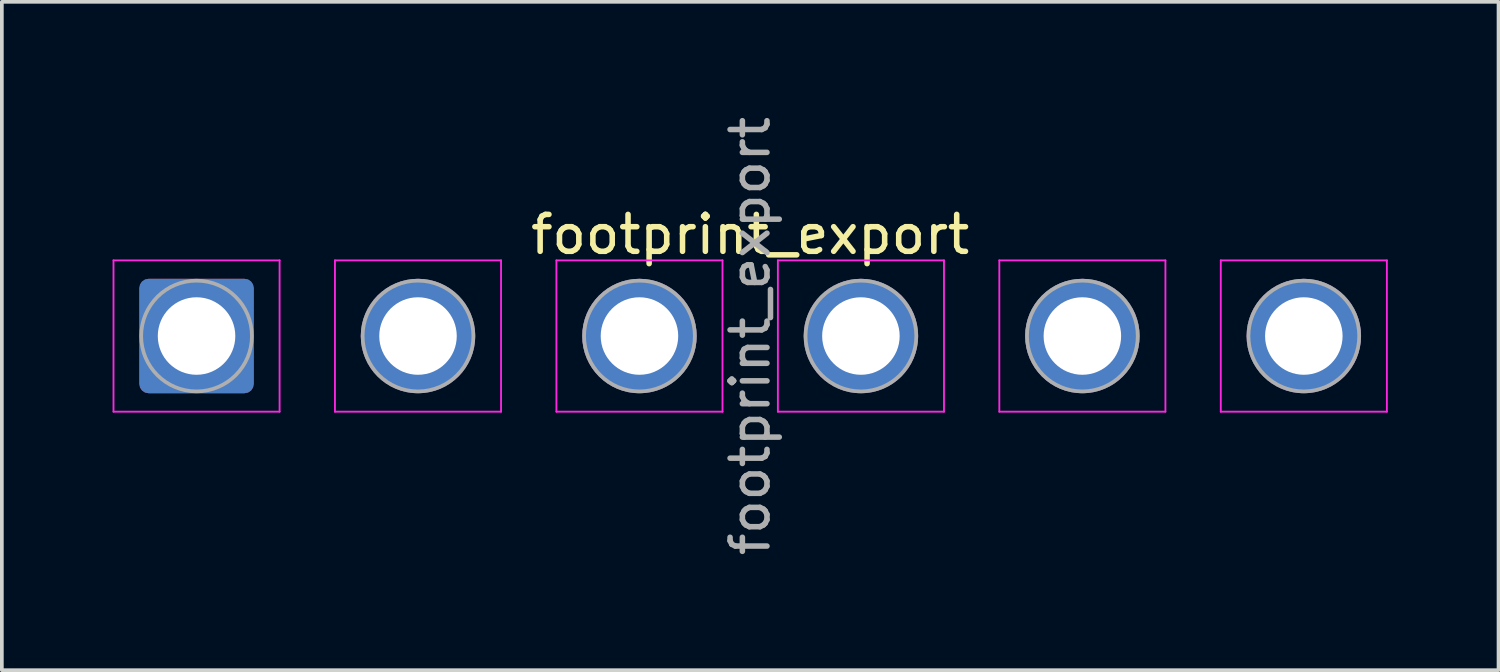
<source format=kicad_pcb>
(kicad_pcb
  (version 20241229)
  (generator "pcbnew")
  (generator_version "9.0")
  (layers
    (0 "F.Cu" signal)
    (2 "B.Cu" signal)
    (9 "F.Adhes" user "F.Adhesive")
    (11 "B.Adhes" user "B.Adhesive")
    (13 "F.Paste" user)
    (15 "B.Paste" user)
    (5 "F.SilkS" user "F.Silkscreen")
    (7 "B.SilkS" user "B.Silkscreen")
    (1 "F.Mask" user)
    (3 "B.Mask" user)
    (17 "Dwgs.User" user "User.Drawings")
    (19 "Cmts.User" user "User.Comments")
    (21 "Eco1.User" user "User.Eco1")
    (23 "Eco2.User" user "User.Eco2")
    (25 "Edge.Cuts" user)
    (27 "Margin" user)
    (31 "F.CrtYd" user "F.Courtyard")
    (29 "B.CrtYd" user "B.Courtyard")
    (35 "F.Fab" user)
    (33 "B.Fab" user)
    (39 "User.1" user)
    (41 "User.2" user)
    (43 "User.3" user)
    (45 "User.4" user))
  (footprint "footprint_export"
    (layer "F.Cu")
    (at 2.275 6.054)
    (property "Reference" "footprint_export" (at 15 -2.75 0) (layer "F.SilkS") (effects (font (size 1 1) (thickness 0.15))))
    (attr exclude_from_pos_files exclude_from_bom)
    (fp_line (start -2.25 -2.05) (end -2.25 2.05) (stroke (width 0.05) (type solid)) (layer "F.CrtYd"))
    (fp_line (start -2.25 2.05) (end 2.25 2.05) (stroke (width 0.05) (type solid)) (layer "F.CrtYd"))
    (fp_line (start 2.25 -2.05) (end -2.25 -2.05) (stroke (width 0.05) (type solid)) (layer "F.CrtYd"))
    (fp_line (start 2.25 2.05) (end 2.25 -2.05) (stroke (width 0.05) (type solid)) (layer "F.CrtYd"))
    (fp_line (start 3.75 -2.05) (end 3.75 2.05) (stroke (width 0.05) (type solid)) (layer "F.CrtYd"))
    (fp_line (start 3.75 2.05) (end 8.25 2.05) (stroke (width 0.05) (type solid)) (layer "F.CrtYd"))
    (fp_line (start 8.25 -2.05) (end 3.75 -2.05) (stroke (width 0.05) (type solid)) (layer "F.CrtYd"))
    (fp_line (start 8.25 2.05) (end 8.25 -2.05) (stroke (width 0.05) (type solid)) (layer "F.CrtYd"))
    (fp_line (start 9.75 -2.05) (end 9.75 2.05) (stroke (width 0.05) (type solid)) (layer "F.CrtYd"))
    (fp_line (start 9.75 2.05) (end 14.25 2.05) (stroke (width 0.05) (type solid)) (layer "F.CrtYd"))
    (fp_line (start 14.25 -2.05) (end 9.75 -2.05) (stroke (width 0.05) (type solid)) (layer "F.CrtYd"))
    (fp_line (start 14.25 2.05) (end 14.25 -2.05) (stroke (width 0.05) (type solid)) (layer "F.CrtYd"))
    (fp_line (start 15.75 -2.05) (end 15.75 2.05) (stroke (width 0.05) (type solid)) (layer "F.CrtYd"))
    (fp_line (start 15.75 2.05) (end 20.25 2.05) (stroke (width 0.05) (type solid)) (layer "F.CrtYd"))
    (fp_line (start 20.25 -2.05) (end 15.75 -2.05) (stroke (width 0.05) (type solid)) (layer "F.CrtYd"))
    (fp_line (start 20.25 2.05) (end 20.25 -2.05) (stroke (width 0.05) (type solid)) (layer "F.CrtYd"))
    (fp_line (start 21.75 -2.05) (end 21.75 2.05) (stroke (width 0.05) (type solid)) (layer "F.CrtYd"))
    (fp_line (start 21.75 2.05) (end 26.25 2.05) (stroke (width 0.05) (type solid)) (layer "F.CrtYd"))
    (fp_line (start 26.25 -2.05) (end 21.75 -2.05) (stroke (width 0.05) (type solid)) (layer "F.CrtYd"))
    (fp_line (start 26.25 2.05) (end 26.25 -2.05) (stroke (width 0.05) (type solid)) (layer "F.CrtYd"))
    (fp_line (start 27.75 -2.05) (end 27.75 2.05) (stroke (width 0.05) (type solid)) (layer "F.CrtYd"))
    (fp_line (start 27.75 2.05) (end 32.25 2.05) (stroke (width 0.05) (type solid)) (layer "F.CrtYd"))
    (fp_line (start 32.25 -2.05) (end 27.75 -2.05) (stroke (width 0.05) (type solid)) (layer "F.CrtYd"))
    (fp_line (start 32.25 2.05) (end 32.25 -2.05) (stroke (width 0.05) (type solid)) (layer "F.CrtYd"))
    (fp_circle (center 0 0) (end 1.5 0) (stroke (width 0.1) (type solid)) (fill no) (layer "F.Fab"))
    (fp_circle (center 6 0) (end 7.5 0) (stroke (width 0.1) (type solid)) (fill no) (layer "F.Fab"))
    (fp_circle (center 12 0) (end 13.5 0) (stroke (width 0.1) (type solid)) (fill no) (layer "F.Fab"))
    (fp_circle (center 18 0) (end 19.5 0) (stroke (width 0.1) (type solid)) (fill no) (layer "F.Fab"))
    (fp_circle (center 24 0) (end 25.5 0) (stroke (width 0.1) (type solid)) (fill no) (layer "F.Fab"))
    (fp_circle (center 30 0) (end 31.5 0) (stroke (width 0.1) (type solid)) (fill no) (layer "F.Fab"))
    (fp_text user "${REFERENCE}" (at 15 0 90) (layer "F.Fab") (effects (font (size 1 1) (thickness 0.15))))
    (pad "1" thru_hole roundrect (at 0 0) (size 3.1 3.1) (drill 2.1) (layers "*.Cu" "*.Mask") (roundrect_rratio 0.081))
    (pad "2" thru_hole circle (at 6 0) (size 3.1 3.1) (drill 2.1) (layers "*.Cu" "*.Mask"))
    (pad "3" thru_hole circle (at 12 0) (size 3.1 3.1) (drill 2.1) (layers "*.Cu" "*.Mask"))
    (pad "4" thru_hole circle (at 18 0) (size 3.1 3.1) (drill 2.1) (layers "*.Cu" "*.Mask"))
    (pad "5" thru_hole circle (at 24 0) (size 3.1 3.1) (drill 2.1) (layers "*.Cu" "*.Mask"))
    (pad "6" thru_hole circle (at 30 0) (size 3.1 3.1) (drill 2.1) (layers "*.Cu" "*.Mask")))
  (gr_rect
    (start -3 -3)
    (end 37.55 15.107)
    (stroke (width 0.1) (type default))
    (fill no)
    (layer "Edge.Cuts")))
</source>
